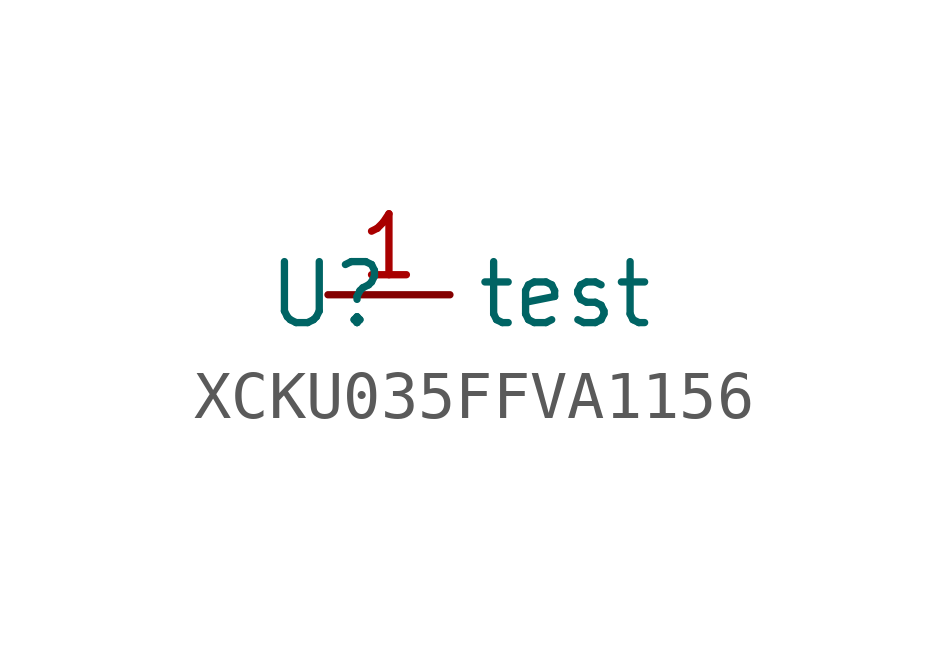
<source format=kicad_sym>
(kicad_symbol_lib
  (version 20220914)
  (generator kicad_symbol_editor)
  (symbol "XCKU035FFVA1156"
    (property "Reference" "U"
      (at 0 0 0)
      (effects (font (size 1.27 1.27))))
    (property "Value" ""
      (at 0 0 0)
      (effects (font (size 1.27 1.27))))
    (symbol "XCKU035FFVA1156_0_0"
      (pin unspecified line (at 0 0 0) (length 2.54) (name "test" (effects (font (size 1.27 1.27)))) (number "1" (effects (font (size 1.27 1.27))))))))
</source>
